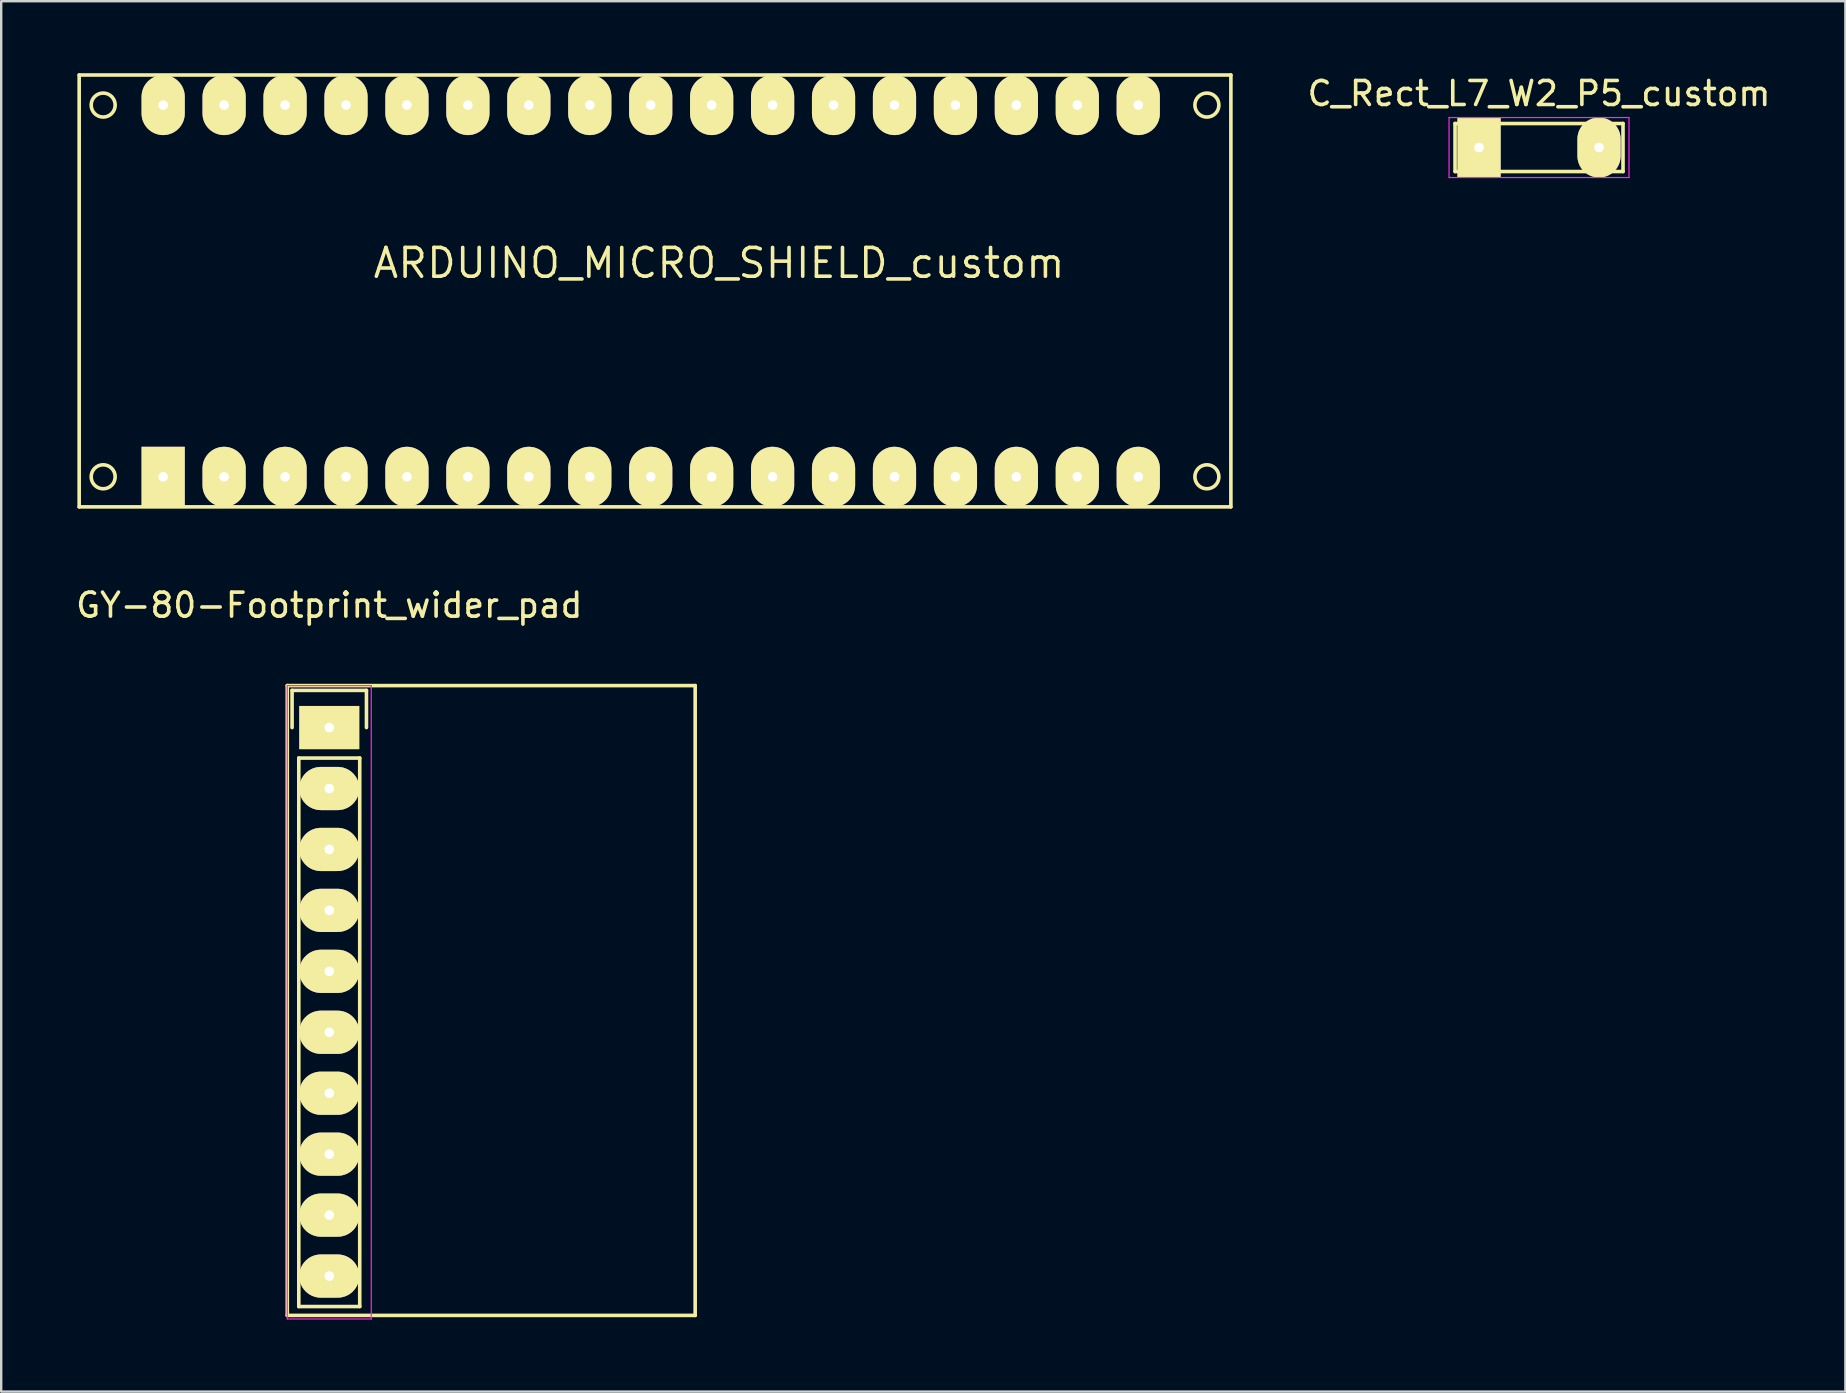
<source format=kicad_pcb>
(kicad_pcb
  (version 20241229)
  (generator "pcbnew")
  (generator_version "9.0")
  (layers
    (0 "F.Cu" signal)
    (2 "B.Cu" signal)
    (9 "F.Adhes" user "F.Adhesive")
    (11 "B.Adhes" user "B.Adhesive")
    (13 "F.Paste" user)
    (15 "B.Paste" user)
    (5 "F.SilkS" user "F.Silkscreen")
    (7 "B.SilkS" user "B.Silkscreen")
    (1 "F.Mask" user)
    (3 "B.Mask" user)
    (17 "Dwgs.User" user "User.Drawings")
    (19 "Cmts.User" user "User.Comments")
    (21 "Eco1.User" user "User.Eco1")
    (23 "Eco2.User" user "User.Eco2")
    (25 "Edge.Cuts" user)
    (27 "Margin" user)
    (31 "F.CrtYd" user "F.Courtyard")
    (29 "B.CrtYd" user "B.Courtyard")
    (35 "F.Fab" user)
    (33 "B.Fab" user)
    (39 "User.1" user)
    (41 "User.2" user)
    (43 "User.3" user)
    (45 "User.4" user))
  (footprint "C_Rect_L7_W2_P5_custom"
    (layer "F.Cu")
    (at 58.593 3.098)
    (property "Reference" "C_Rect_L7_W2_P5_custom" (at 2.5 -2.25 0) (layer "F.SilkS") (effects (font (size 1 1) (thickness 0.15))))
    (attr through_hole)
    (fp_line (start -1 -1) (end 6 -1) (stroke (width 0.15) (type solid)) (layer "F.SilkS"))
    (fp_line (start -1 1) (end -1 -1) (stroke (width 0.15) (type solid)) (layer "F.SilkS"))
    (fp_line (start 6 -1) (end 6 1) (stroke (width 0.15) (type solid)) (layer "F.SilkS"))
    (fp_line (start 6 1) (end -1 1) (stroke (width 0.15) (type solid)) (layer "F.SilkS"))
    (fp_line (start -1.25 -1.25) (end 6.25 -1.25) (stroke (width 0.05) (type solid)) (layer "F.CrtYd"))
    (fp_line (start -1.25 1.25) (end -1.25 -1.25) (stroke (width 0.05) (type solid)) (layer "F.CrtYd"))
    (fp_line (start 6.25 -1.25) (end 6.25 1.25) (stroke (width 0.05) (type solid)) (layer "F.CrtYd"))
    (fp_line (start 6.25 1.25) (end -1.25 1.25) (stroke (width 0.05) (type solid)) (layer "F.CrtYd"))
    (pad "1" thru_hole rect (at 0 0) (size 1.8 2.5) (drill 0.4) (layers "*.Cu" "*.Mask" "F.SilkS"))
    (pad "2" thru_hole oval (at 5 0) (size 1.8 2.5) (drill 0.4) (layers "*.Cu" "*.Mask" "F.SilkS")))
  (footprint "ARDUINO_MICRO_SHIELD_custom"
    (layer "F.Cu")
    (at 0.25 18.075)
    (property "Reference" "ARDUINO_MICRO_SHIELD_custom" (at 26.67 -10.16 0) (layer "F.SilkS") (effects (font (size 1.2 1.2) (thickness 0.15))))
    (attr through_hole)
    (fp_line (start 0 -18) (end 48 -18) (stroke (width 0.15) (type solid)) (layer "F.SilkS"))
    (fp_line (start 0 0) (end 0 -18) (stroke (width 0.15) (type solid)) (layer "F.SilkS"))
    (fp_line (start 48 -18) (end 48 0) (stroke (width 0.15) (type solid)) (layer "F.SilkS"))
    (fp_line (start 48 0) (end 0 0) (stroke (width 0.15) (type solid)) (layer "F.SilkS"))
    (fp_circle (center 1 -16.746) (end 1.5 -16.746) (stroke (width 0.15) (type solid)) (fill no) (layer "F.SilkS"))
    (fp_circle (center 1 -1.254) (end 1.5 -1.254) (stroke (width 0.15) (type solid)) (fill no) (layer "F.SilkS"))
    (fp_circle (center 47 -16.746) (end 47.5 -16.746) (stroke (width 0.15) (type solid)) (fill no) (layer "F.SilkS"))
    (fp_circle (center 47 -1.254) (end 47.5 -1.254) (stroke (width 0.15) (type solid)) (fill no) (layer "F.SilkS"))
    (pad "2" thru_hole oval (at 18.74 -1.254) (size 1.8 2.5) (drill 0.4) (layers "*.Cu" "*.Mask" "F.SilkS"))
    (pad "3" thru_hole oval (at 21.28 -1.254) (size 1.8 2.5) (drill 0.4) (layers "*.Cu" "*.Mask" "F.SilkS"))
    (pad "3.3V" thru_hole oval (at 41.6 -16.746) (size 1.8 2.5) (drill 0.4) (layers "*.Cu" "*.Mask" "F.SilkS"))
    (pad "4" thru_hole oval (at 23.82 -1.254) (size 1.8 2.5) (drill 0.4) (layers "*.Cu" "*.Mask" "F.SilkS"))
    (pad "5" thru_hole oval (at 26.36 -1.254) (size 1.8 2.5) (drill 0.4) (layers "*.Cu" "*.Mask" "F.SilkS"))
    (pad "5V" thru_hole oval (at 16.2 -16.746) (size 1.8 2.5) (drill 0.4) (layers "*.Cu" "*.Mask" "F.SilkS"))
    (pad "6" thru_hole oval (at 28.9 -1.254) (size 1.8 2.5) (drill 0.4) (layers "*.Cu" "*.Mask" "F.SilkS"))
    (pad "7" thru_hole oval (at 31.44 -1.254) (size 1.8 2.5) (drill 0.4) (layers "*.Cu" "*.Mask" "F.SilkS"))
    (pad "8" thru_hole oval (at 33.98 -1.254) (size 1.8 2.5) (drill 0.4) (layers "*.Cu" "*.Mask" "F.SilkS"))
    (pad "9" thru_hole oval (at 36.52 -1.254) (size 1.8 2.5) (drill 0.4) (layers "*.Cu" "*.Mask" "F.SilkS"))
    (pad "10" thru_hole oval (at 39.06 -1.254) (size 1.8 2.5) (drill 0.4) (layers "*.Cu" "*.Mask" "F.SilkS"))
    (pad "11" thru_hole oval (at 41.6 -1.254) (size 1.8 2.5) (drill 0.4) (layers "*.Cu" "*.Mask" "F.SilkS"))
    (pad "12" thru_hole oval (at 44.14 -1.254) (size 1.8 2.5) (drill 0.4) (layers "*.Cu" "*.Mask" "F.SilkS"))
    (pad "13" thru_hole oval (at 44.14 -16.746) (size 1.8 2.5) (drill 0.4) (layers "*.Cu" "*.Mask" "F.SilkS"))
    (pad "A0" thru_hole oval (at 36.52 -16.746) (size 1.8 2.5) (drill 0.4) (layers "*.Cu" "*.Mask" "F.SilkS"))
    (pad "A1" thru_hole oval (at 33.98 -16.746) (size 1.8 2.5) (drill 0.4) (layers "*.Cu" "*.Mask" "F.SilkS"))
    (pad "A2" thru_hole oval (at 31.44 -16.746) (size 1.8 2.5) (drill 0.4) (layers "*.Cu" "*.Mask" "F.SilkS"))
    (pad "A3" thru_hole oval (at 28.9 -16.746) (size 1.8 2.5) (drill 0.4) (layers "*.Cu" "*.Mask" "F.SilkS"))
    (pad "A4" thru_hole oval (at 26.36 -16.746) (size 1.8 2.5) (drill 0.4) (layers "*.Cu" "*.Mask" "F.SilkS"))
    (pad "A5" thru_hole oval (at 23.82 -16.746) (size 1.8 2.5) (drill 0.4) (layers "*.Cu" "*.Mask" "F.SilkS"))
    (pad "AREF" thru_hole oval (at 39.06 -16.746) (size 1.8 2.5) (drill 0.4) (layers "*.Cu" "*.Mask" "F.SilkS"))
    (pad "GND" thru_hole oval (at 11.12 -16.746) (size 1.8 2.5) (drill 0.4) (layers "*.Cu" "*.Mask" "F.SilkS"))
    (pad "GND" thru_hole oval (at 16.2 -1.254) (size 1.8 2.5) (drill 0.4) (layers "*.Cu" "*.Mask" "F.SilkS"))
    (pad "MI" thru_hole oval (at 6.04 -16.746) (size 1.8 2.5) (drill 0.4) (layers "*.Cu" "*.Mask" "F.SilkS"))
    (pad "MO" thru_hole rect (at 3.5 -1.254) (size 1.8 2.5) (drill 0.4) (layers "*.Cu" "*.Mask" "F.SilkS"))
    (pad "NC" thru_hole oval (at 18.74 -16.746) (size 1.8 2.5) (drill 0.4) (layers "*.Cu" "*.Mask" "F.SilkS"))
    (pad "NC" thru_hole oval (at 21.28 -16.746) (size 1.8 2.5) (drill 0.4) (layers "*.Cu" "*.Mask" "F.SilkS"))
    (pad "RST" thru_hole oval (at 13.66 -16.746) (size 1.8 2.5) (drill 0.4) (layers "*.Cu" "*.Mask" "F.SilkS"))
    (pad "RST" thru_hole oval (at 13.66 -1.254) (size 1.8 2.5) (drill 0.4) (layers "*.Cu" "*.Mask" "F.SilkS"))
    (pad "RX" thru_hole oval (at 11.12 -1.254) (size 1.8 2.5) (drill 0.4) (layers "*.Cu" "*.Mask" "F.SilkS"))
    (pad "SCK" thru_hole oval (at 3.5 -16.746) (size 1.8 2.5) (drill 0.4) (layers "*.Cu" "*.Mask" "F.SilkS"))
    (pad "SS" thru_hole oval (at 6.04 -1.254) (size 1.8 2.5) (drill 0.4) (layers "*.Cu" "*.Mask" "F.SilkS"))
    (pad "TX" thru_hole oval (at 8.58 -1.254) (size 1.8 2.5) (drill 0.4) (layers "*.Cu" "*.Mask" "F.SilkS"))
    (pad "VI" thru_hole oval (at 8.58 -16.746) (size 1.8 2.5) (drill 0.4) (layers "*.Cu" "*.Mask" "F.SilkS")))
  (footprint "GY-80-Footprint_wider_pad"
    (placed yes)
    (layer "F.Cu")
    (at 10.673 27.273)
    (property "Reference" "GY-80-Footprint_wider_pad" (at 0 -5.1 0) (layer "F.SilkS") (effects (font (size 1 1) (thickness 0.15))))
    (attr through_hole)
    (fp_line (start -1.75 -1.75) (end 15.25 -1.75) (stroke (width 0.15) (type solid)) (layer "F.SilkS"))
    (fp_line (start -1.75 24.5) (end -1.75 -1.75) (stroke (width 0.15) (type solid)) (layer "F.SilkS"))
    (fp_line (start -1.55 -1.55) (end 1.55 -1.55) (stroke (width 0.15) (type solid)) (layer "F.SilkS"))
    (fp_line (start -1.55 0) (end -1.55 -1.55) (stroke (width 0.15) (type solid)) (layer "F.SilkS"))
    (fp_line (start -1.27 24.13) (end -1.27 1.27) (stroke (width 0.15) (type solid)) (layer "F.SilkS"))
    (fp_line (start 1.27 1.27) (end -1.27 1.27) (stroke (width 0.15) (type solid)) (layer "F.SilkS"))
    (fp_line (start 1.27 1.27) (end 1.27 24.13) (stroke (width 0.15) (type solid)) (layer "F.SilkS"))
    (fp_line (start 1.27 24.13) (end -1.27 24.13) (stroke (width 0.15) (type solid)) (layer "F.SilkS"))
    (fp_line (start 1.55 -1.55) (end 1.55 0) (stroke (width 0.15) (type solid)) (layer "F.SilkS"))
    (fp_line (start 15.25 -1.75) (end 15.25 24.5) (stroke (width 0.15) (type solid)) (layer "F.SilkS"))
    (fp_line (start 15.25 24.5) (end -1.75 24.5) (stroke (width 0.15) (type solid)) (layer "F.SilkS"))
    (fp_line (start -1.75 -1.75) (end -1.75 24.65) (stroke (width 0.05) (type solid)) (layer "F.CrtYd"))
    (fp_line (start -1.75 -1.75) (end 1.75 -1.75) (stroke (width 0.05) (type solid)) (layer "F.CrtYd"))
    (fp_line (start -1.75 24.65) (end 1.75 24.65) (stroke (width 0.05) (type solid)) (layer "F.CrtYd"))
    (fp_line (start 1.75 -1.75) (end 1.75 24.65) (stroke (width 0.05) (type solid)) (layer "F.CrtYd"))
    (pad "1" thru_hole rect (at 0 0) (size 2.5 1.8) (drill 0.4) (layers "*.Cu" "*.Mask" "F.SilkS"))
    (pad "2" thru_hole oval (at 0 2.54) (size 2.5 1.8) (drill 0.4) (layers "*.Cu" "*.Mask" "F.SilkS"))
    (pad "3" thru_hole oval (at 0 5.08) (size 2.5 1.8) (drill 0.4) (layers "*.Cu" "*.Mask" "F.SilkS"))
    (pad "4" thru_hole oval (at 0 7.62) (size 2.5 1.8) (drill 0.4) (layers "*.Cu" "*.Mask" "F.SilkS"))
    (pad "5" thru_hole oval (at 0 10.16) (size 2.5 1.8) (drill 0.4) (layers "*.Cu" "*.Mask" "F.SilkS"))
    (pad "6" thru_hole oval (at 0 12.7) (size 2.5 1.8) (drill 0.4) (layers "*.Cu" "*.Mask" "F.SilkS"))
    (pad "7" thru_hole oval (at 0 15.24) (size 2.5 1.8) (drill 0.4) (layers "*.Cu" "*.Mask" "F.SilkS"))
    (pad "8" thru_hole oval (at 0 17.78) (size 2.5 1.8) (drill 0.4) (layers "*.Cu" "*.Mask" "F.SilkS"))
    (pad "9" thru_hole oval (at 0 20.32) (size 2.5 1.8) (drill 0.4) (layers "*.Cu" "*.Mask" "F.SilkS"))
    (pad "10" thru_hole oval (at 0 22.86) (size 2.5 1.8) (drill 0.4) (layers "*.Cu" "*.Mask" "F.SilkS")))
  (gr_rect
    (start -3 -3)
    (end 73.861 54.948)
    (stroke (width 0.1) (type default))
    (fill no)
    (layer "Edge.Cuts")))
</source>
